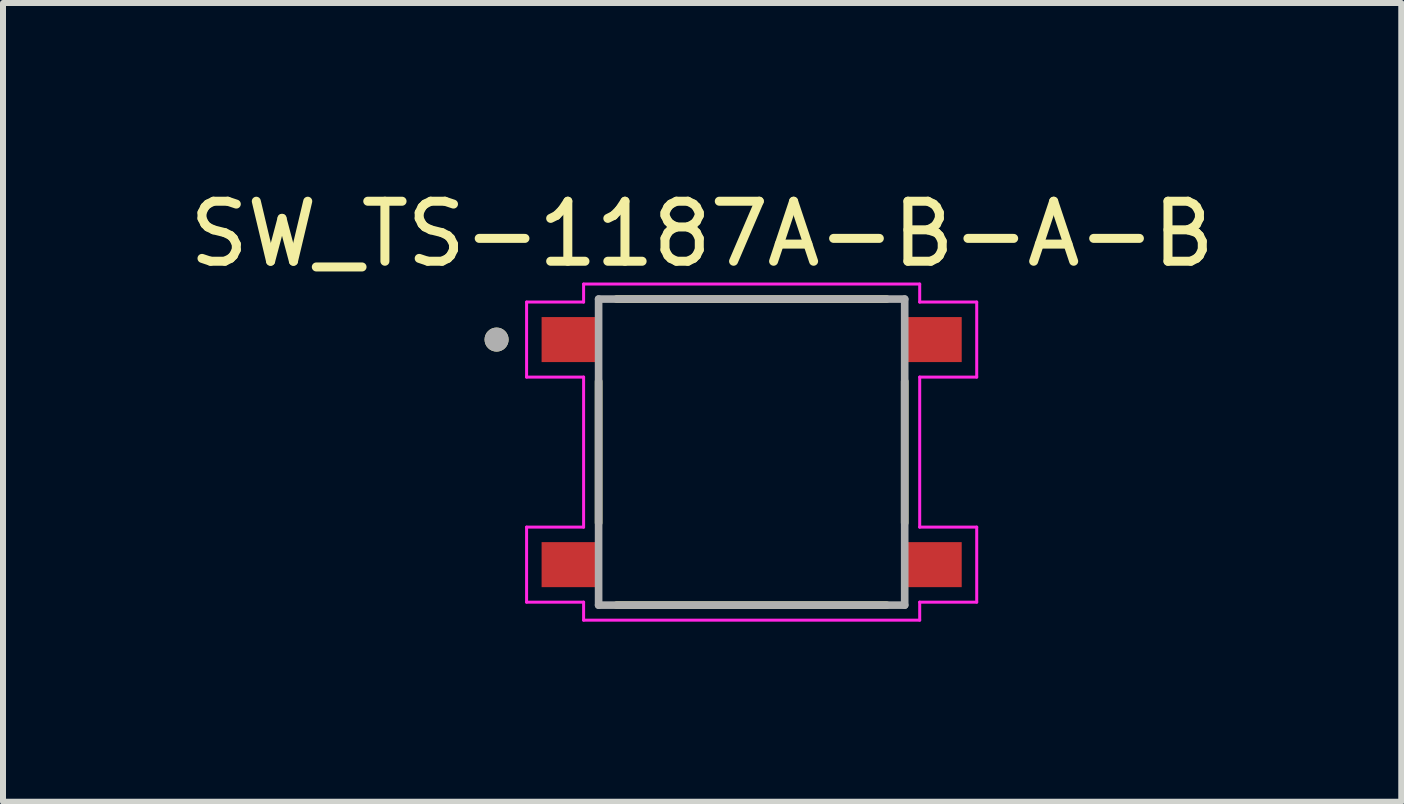
<source format=kicad_pcb>
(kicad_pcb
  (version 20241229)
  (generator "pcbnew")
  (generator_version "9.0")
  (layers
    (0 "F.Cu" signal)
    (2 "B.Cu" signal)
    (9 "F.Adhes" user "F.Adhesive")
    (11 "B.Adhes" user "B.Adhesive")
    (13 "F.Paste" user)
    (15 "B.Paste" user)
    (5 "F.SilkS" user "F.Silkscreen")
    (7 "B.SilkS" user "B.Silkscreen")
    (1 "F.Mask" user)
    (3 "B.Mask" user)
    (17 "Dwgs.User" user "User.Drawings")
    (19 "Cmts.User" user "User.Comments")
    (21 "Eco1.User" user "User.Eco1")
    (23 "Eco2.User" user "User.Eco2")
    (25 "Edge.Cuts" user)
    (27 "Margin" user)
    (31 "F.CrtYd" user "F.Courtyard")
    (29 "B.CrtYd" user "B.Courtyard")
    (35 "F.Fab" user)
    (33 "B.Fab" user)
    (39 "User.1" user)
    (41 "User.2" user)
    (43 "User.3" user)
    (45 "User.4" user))
  (footprint "SW_TS-1187A-B-A-B"
    (layer "F.Cu")
    (at 9.474 4.483)
    (property "Reference" "SW_TS-1187A-B-A-B" (at -0.825 -3.635 0) (layer "F.SilkS") (effects (font (size 1 1) (thickness 0.15))))
    (attr smd)
    (fp_line (start -2.55 -1.18) (end -2.55 1.18) (stroke (width 0.127) (type solid)) (layer "F.SilkS"))
    (fp_line (start 2.25 -2.55) (end -2.25 -2.55) (stroke (width 0.127) (type solid)) (layer "F.SilkS"))
    (fp_line (start 2.25 2.55) (end -2.25 2.55) (stroke (width 0.127) (type solid)) (layer "F.SilkS"))
    (fp_line (start 2.55 1.18) (end 2.55 -1.18) (stroke (width 0.127) (type solid)) (layer "F.SilkS"))
    (fp_circle (center -4.25 -1.875) (end -4.15 -1.875) (stroke (width 0.2) (type solid)) (fill no) (layer "F.SilkS"))
    (fp_line (start -3.75 -2.5) (end -3.75 -1.25) (stroke (width 0.05) (type solid)) (layer "F.CrtYd"))
    (fp_line (start -3.75 -2.5) (end -2.8 -2.5) (stroke (width 0.05) (type solid)) (layer "F.CrtYd"))
    (fp_line (start -3.75 -1.25) (end -2.8 -1.25) (stroke (width 0.05) (type solid)) (layer "F.CrtYd"))
    (fp_line (start -3.75 1.25) (end -2.8 1.25) (stroke (width 0.05) (type solid)) (layer "F.CrtYd"))
    (fp_line (start -3.75 2.5) (end -3.75 1.25) (stroke (width 0.05) (type solid)) (layer "F.CrtYd"))
    (fp_line (start -3.75 2.5) (end -2.8 2.5) (stroke (width 0.05) (type solid)) (layer "F.CrtYd"))
    (fp_line (start -2.8 -2.8) (end -2.8 -2.5) (stroke (width 0.05) (type solid)) (layer "F.CrtYd"))
    (fp_line (start -2.8 -1.25) (end -2.8 1.25) (stroke (width 0.05) (type solid)) (layer "F.CrtYd"))
    (fp_line (start -2.8 2.8) (end -2.8 2.5) (stroke (width 0.05) (type solid)) (layer "F.CrtYd"))
    (fp_line (start -2.8 2.8) (end 2.8 2.8) (stroke (width 0.05) (type solid)) (layer "F.CrtYd"))
    (fp_line (start 2.8 -2.8) (end -2.8 -2.8) (stroke (width 0.05) (type solid)) (layer "F.CrtYd"))
    (fp_line (start 2.8 -2.8) (end 2.8 -2.5) (stroke (width 0.05) (type solid)) (layer "F.CrtYd"))
    (fp_line (start 2.8 -1.25) (end 2.8 1.25) (stroke (width 0.05) (type solid)) (layer "F.CrtYd"))
    (fp_line (start 2.8 2.8) (end 2.8 2.5) (stroke (width 0.05) (type solid)) (layer "F.CrtYd"))
    (fp_line (start 3.75 -2.5) (end 2.8 -2.5) (stroke (width 0.05) (type solid)) (layer "F.CrtYd"))
    (fp_line (start 3.75 -2.5) (end 3.75 -1.25) (stroke (width 0.05) (type solid)) (layer "F.CrtYd"))
    (fp_line (start 3.75 -1.25) (end 2.8 -1.25) (stroke (width 0.05) (type solid)) (layer "F.CrtYd"))
    (fp_line (start 3.75 1.25) (end 2.8 1.25) (stroke (width 0.05) (type solid)) (layer "F.CrtYd"))
    (fp_line (start 3.75 2.5) (end 2.8 2.5) (stroke (width 0.05) (type solid)) (layer "F.CrtYd"))
    (fp_line (start 3.75 2.5) (end 3.75 1.25) (stroke (width 0.05) (type solid)) (layer "F.CrtYd"))
    (fp_line (start -2.55 -2.55) (end -2.55 2.55) (stroke (width 0.127) (type solid)) (layer "F.Fab"))
    (fp_line (start -2.55 2.55) (end 2.55 2.55) (stroke (width 0.127) (type solid)) (layer "F.Fab"))
    (fp_line (start 2.55 -2.55) (end -2.55 -2.55) (stroke (width 0.127) (type solid)) (layer "F.Fab"))
    (fp_line (start 2.55 2.55) (end 2.55 -2.55) (stroke (width 0.127) (type solid)) (layer "F.Fab"))
    (fp_circle (center -4.25 -1.875) (end -4.15 -1.875) (stroke (width 0.2) (type solid)) (fill no) (layer "F.Fab"))
    (pad "A" smd rect (at -3 -1.875) (size 1 0.75) (layers "F.Cu" "F.Mask" "F.Paste"))
    (pad "A" smd rect (at 3 -1.875) (size 1 0.75) (layers "F.Cu" "F.Mask" "F.Paste"))
    (pad "C" smd rect (at -3 1.875) (size 1 0.75) (layers "F.Cu" "F.Mask" "F.Paste"))
    (pad "C" smd rect (at 3 1.875) (size 1 0.75) (layers "F.Cu" "F.Mask" "F.Paste")))
  (gr_rect
    (start -3 -3)
    (end 20.298 10.308)
    (stroke (width 0.1) (type default))
    (fill no)
    (layer "Edge.Cuts")))
</source>
